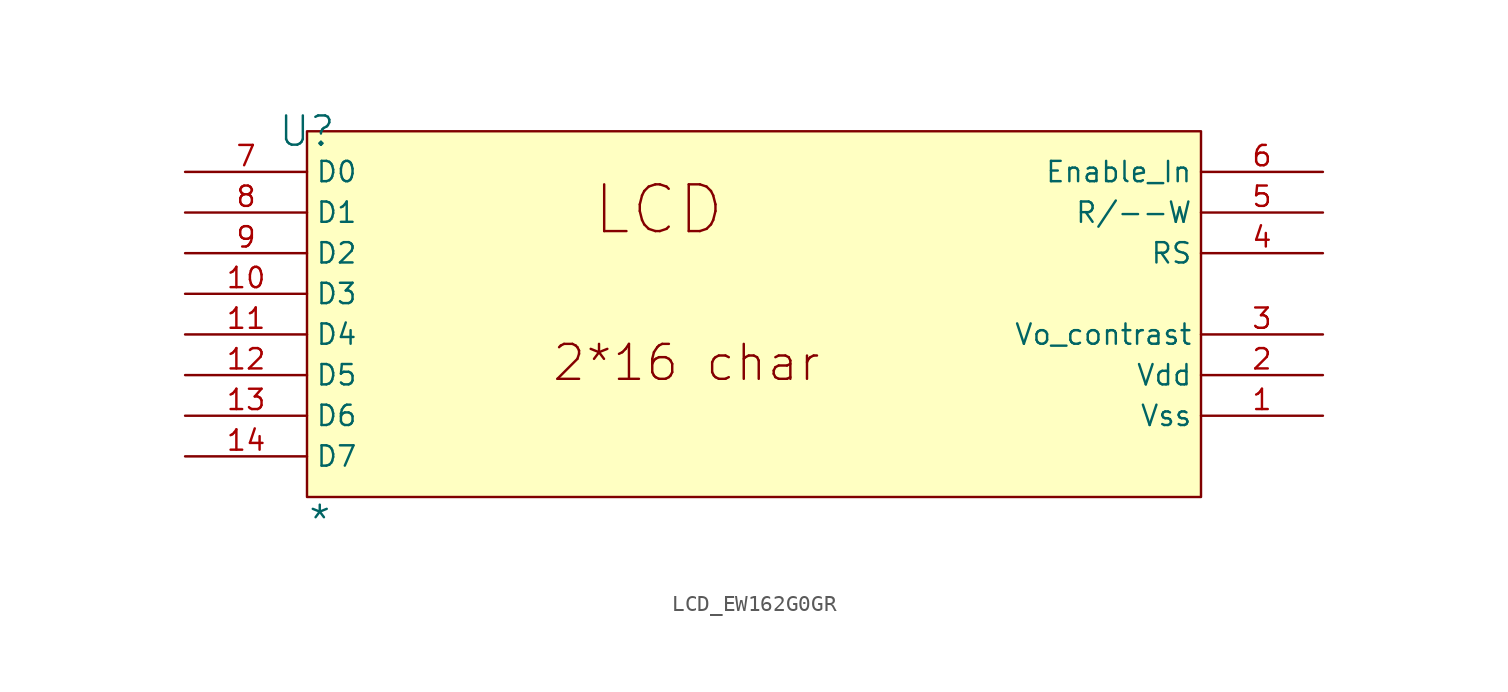
<source format=kicad_sym>
(kicad_symbol_lib
  (version 20241209)
  (generator "kicad_symbol_editor")
  (generator_version "9.0")
  (symbol "LCD_EW162G0GR"
    (property "Reference" "U"
      (at 0 0 0)
      (effects (font (size 1.829 1.829))))
    (property "Value" "*"
      (at 0 -25.4 0)
      (effects (font (size 1.829 1.829)) (justify left bottom)))
    (symbol "LCD_EW162G0GR_1_0"
      (rectangle (start 55.88 0) (end 0 -22.86) (stroke (width 0) (type solid) (color 128 0 0 1)) (fill (type background)))
      (text "2*16 char" (at 15.24 -15.748 0) (effects (font (size 2.184 2.184)) (justify left bottom)))
      (text "LCD" (at 17.78 -6.604 0) (effects (font (size 2.921 2.921)) (justify left bottom)))
      (pin bidirectional line (at -7.62 -2.54 0) (length 7.62) (name "D0" (effects (font (size 1.27 1.27)))) (number "7" (effects (font (size 1.27 1.27)))))
      (pin bidirectional line (at -7.62 -5.08 0) (length 7.62) (name "D1" (effects (font (size 1.27 1.27)))) (number "8" (effects (font (size 1.27 1.27)))))
      (pin bidirectional line (at -7.62 -7.62 0) (length 7.62) (name "D2" (effects (font (size 1.27 1.27)))) (number "9" (effects (font (size 1.27 1.27)))))
      (pin bidirectional line (at -7.62 -10.16 0) (length 7.62) (name "D3" (effects (font (size 1.27 1.27)))) (number "10" (effects (font (size 1.27 1.27)))))
      (pin bidirectional line (at -7.62 -12.7 0) (length 7.62) (name "D4" (effects (font (size 1.27 1.27)))) (number "11" (effects (font (size 1.27 1.27)))))
      (pin bidirectional line (at -7.62 -15.24 0) (length 7.62) (name "D5" (effects (font (size 1.27 1.27)))) (number "12" (effects (font (size 1.27 1.27)))))
      (pin bidirectional line (at -7.62 -17.78 0) (length 7.62) (name "D6" (effects (font (size 1.27 1.27)))) (number "13" (effects (font (size 1.27 1.27)))))
      (pin bidirectional line (at -7.62 -20.32 0) (length 7.62) (name "D7" (effects (font (size 1.27 1.27)))) (number "14" (effects (font (size 1.27 1.27)))))
      (pin input line (at 63.5 -2.54 180) (length 7.62) (name "Enable_In" (effects (font (size 1.27 1.27)))) (number "6" (effects (font (size 1.27 1.27)))))
      (pin input line (at 63.5 -5.08 180) (length 7.62) (name "R/--W" (effects (font (size 1.27 1.27)))) (number "5" (effects (font (size 1.27 1.27)))))
      (pin input line (at 63.5 -7.62 180) (length 7.62) (name "RS" (effects (font (size 1.27 1.27)))) (number "4" (effects (font (size 1.27 1.27)))))
      (pin power_in line (at 63.5 -12.7 180) (length 7.62) (name "Vo_contrast" (effects (font (size 1.27 1.27)))) (number "3" (effects (font (size 1.27 1.27)))))
      (pin power_in line (at 63.5 -15.24 180) (length 7.62) (name "Vdd" (effects (font (size 1.27 1.27)))) (number "2" (effects (font (size 1.27 1.27)))))
      (pin power_in line (at 63.5 -17.78 180) (length 7.62) (name "Vss" (effects (font (size 1.27 1.27)))) (number "1" (effects (font (size 1.27 1.27))))))))
</source>
